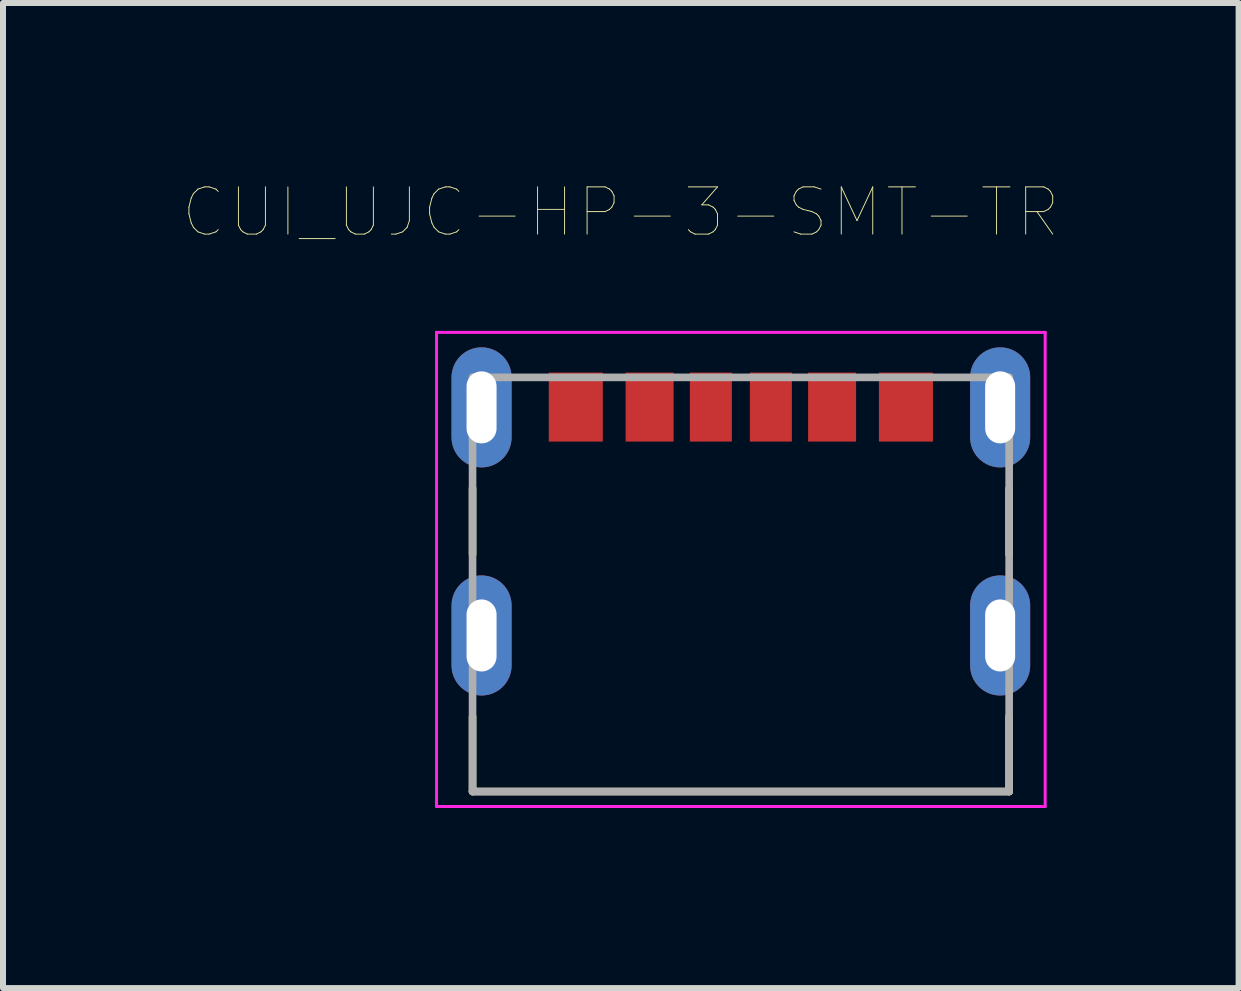
<source format=kicad_pcb>
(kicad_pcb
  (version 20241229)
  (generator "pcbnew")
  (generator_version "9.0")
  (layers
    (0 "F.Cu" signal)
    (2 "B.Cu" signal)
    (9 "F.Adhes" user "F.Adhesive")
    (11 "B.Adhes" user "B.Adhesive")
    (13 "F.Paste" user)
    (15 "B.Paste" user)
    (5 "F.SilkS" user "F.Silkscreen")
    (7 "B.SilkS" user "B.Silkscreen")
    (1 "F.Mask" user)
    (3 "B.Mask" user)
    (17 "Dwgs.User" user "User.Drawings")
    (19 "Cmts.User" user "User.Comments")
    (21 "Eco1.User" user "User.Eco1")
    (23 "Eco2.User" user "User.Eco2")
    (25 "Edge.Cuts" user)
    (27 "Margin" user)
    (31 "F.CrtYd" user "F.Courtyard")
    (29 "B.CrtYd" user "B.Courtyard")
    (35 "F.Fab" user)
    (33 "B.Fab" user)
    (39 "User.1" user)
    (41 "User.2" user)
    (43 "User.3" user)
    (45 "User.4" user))
  (footprint "CUI_UJC-HP-3-SMT-TR"
    (layer "F.Cu")
    (at 9.293 3.737)
    (property "Reference" "CUI_UJC-HP-3-SMT-TR" (at -2 -3.25 0) (layer "F.SilkS") (effects (font (size 0.787 0.787) (thickness 0.015))))
    (attr through_hole)
    (fp_line (start -4.47 2.45) (end -4.47 1.35) (stroke (width 0.127) (type solid)) (layer "F.SilkS"))
    (fp_line (start -4.47 6.4) (end -4.47 5.15) (stroke (width 0.127) (type solid)) (layer "F.SilkS"))
    (fp_line (start -4.47 6.4) (end 4.47 6.4) (stroke (width 0.127) (type solid)) (layer "F.SilkS"))
    (fp_line (start 4.47 2.45) (end 4.47 1.35) (stroke (width 0.127) (type solid)) (layer "F.SilkS"))
    (fp_line (start 4.47 6.4) (end 4.47 5.15) (stroke (width 0.127) (type solid)) (layer "F.SilkS"))
    (fp_line (start -5.07 -1.25) (end -5.07 6.65) (stroke (width 0.05) (type solid)) (layer "F.CrtYd"))
    (fp_line (start -5.07 6.65) (end 5.07 6.65) (stroke (width 0.05) (type solid)) (layer "F.CrtYd"))
    (fp_line (start 5.07 -1.25) (end -5.07 -1.25) (stroke (width 0.05) (type solid)) (layer "F.CrtYd"))
    (fp_line (start 5.07 6.65) (end 5.07 -1.25) (stroke (width 0.05) (type solid)) (layer "F.CrtYd"))
    (fp_line (start -4.47 -0.5) (end -4.47 6.4) (stroke (width 0.127) (type solid)) (layer "F.Fab"))
    (fp_line (start -4.47 6.4) (end 4.47 6.4) (stroke (width 0.127) (type solid)) (layer "F.Fab"))
    (fp_line (start 4.47 -0.5) (end -4.47 -0.5) (stroke (width 0.127) (type solid)) (layer "F.Fab"))
    (fp_line (start 4.47 6.4) (end 4.47 -0.5) (stroke (width 0.127) (type solid)) (layer "F.Fab"))
    (pad "A5" smd rect (at -0.5 -0.005) (size 0.7 1.15) (layers "F.Cu" "F.Mask" "F.Paste"))
    (pad "A9" smd rect (at 1.52 -0.005) (size 0.8 1.15) (layers "F.Cu" "F.Mask" "F.Paste"))
    (pad "A12" smd rect (at 2.75 -0.005) (size 0.9 1.15) (layers "F.Cu" "F.Mask" "F.Paste"))
    (pad "B5" smd rect (at 0.5 -0.005) (size 0.7 1.15) (layers "F.Cu" "F.Mask" "F.Paste"))
    (pad "B9" smd rect (at -1.52 -0.005) (size 0.8 1.15) (layers "F.Cu" "F.Mask" "F.Paste"))
    (pad "B12" smd rect (at -2.75 -0.005) (size 0.9 1.15) (layers "F.Cu" "F.Mask" "F.Paste"))
    (pad "S1" thru_hole oval (at -4.32 0) (size 1 2) (drill oval 0.5 1.2) (layers "*.Cu" "*.Mask"))
    (pad "S2" thru_hole oval (at 4.32 0) (size 1 2) (drill oval 0.5 1.2) (layers "*.Cu" "*.Mask"))
    (pad "S3" thru_hole oval (at -4.32 3.8) (size 1 2) (drill oval 0.5 1.2) (layers "*.Cu" "*.Mask"))
    (pad "S4" thru_hole oval (at 4.32 3.8) (size 1 2) (drill oval 0.5 1.2) (layers "*.Cu" "*.Mask")))
  (gr_rect
    (start -3 -3)
    (end 17.586 13.412)
    (stroke (width 0.1) (type default))
    (fill no)
    (layer "Edge.Cuts")))
</source>
